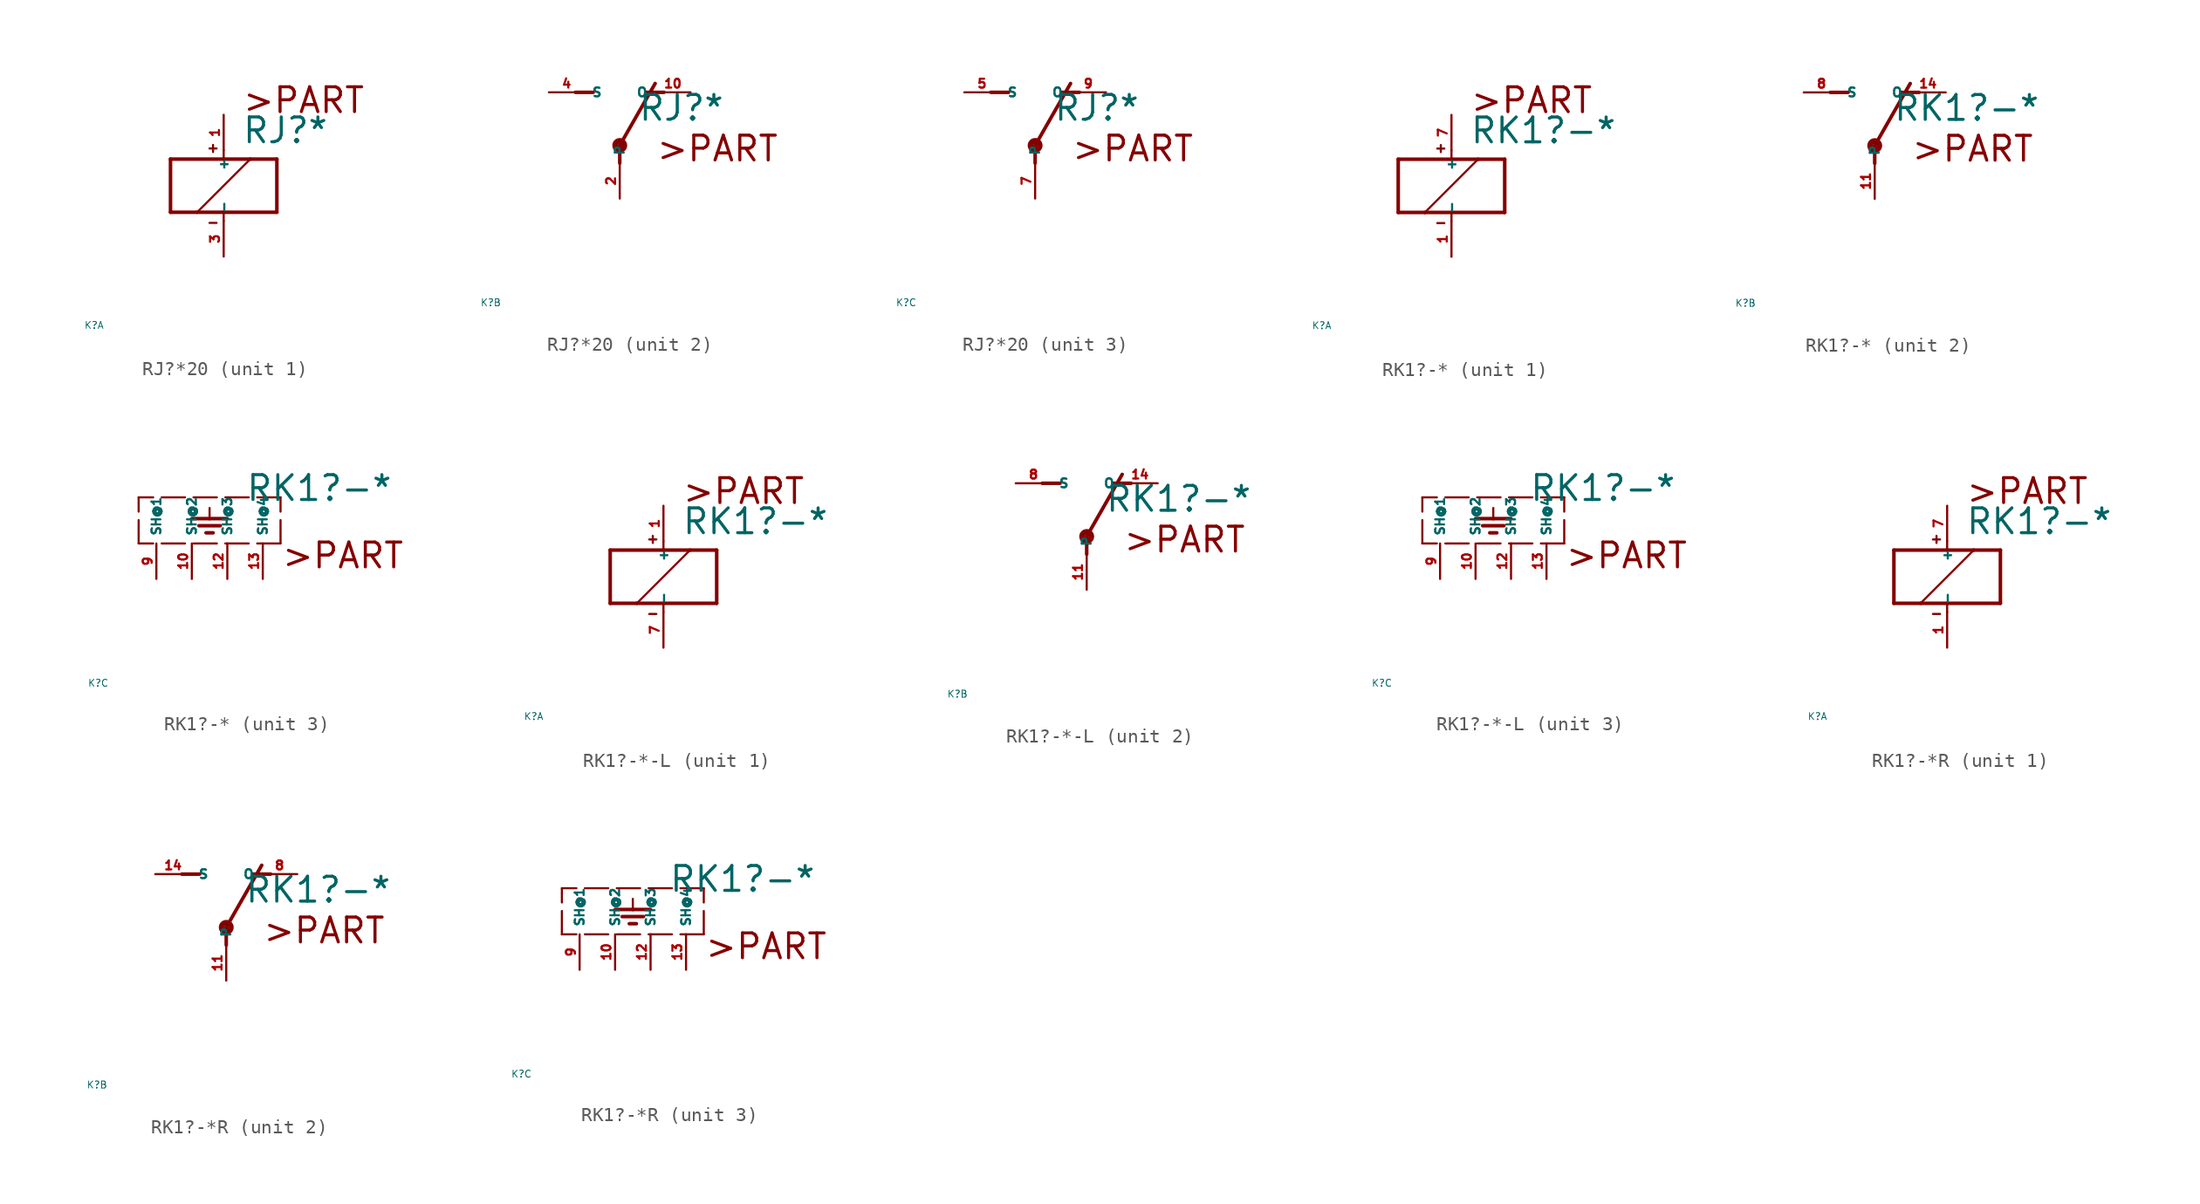
<source format=kicad_sym>
(kicad_symbol_lib
  (version 20220914)
  (generator Eagle2Kicad)
  (symbol "RJ?*20"
    (property "Reference" "K"
      (at -10 -10 0)
      (effects (font (size 0.5 0.5) (thickness 0.06)) (justify left)))
    (property "Value" "RJ?*"
      (at 1.27 2.921 0)
      (effects (font (size 1.778 1.778) (thickness 0.22)) (justify left bottom)))
    (symbol "RJ?*20_1_0"
      (polyline (pts (xy -3.81 -1.905) (xy -1.905 -1.905)) (stroke (width 0.254) (type default)) (fill (type none)))
      (polyline (pts (xy 3.81 -1.905) (xy 3.81 1.905)) (stroke (width 0.254) (type default)) (fill (type none)))
      (polyline (pts (xy 3.81 1.905) (xy 1.905 1.905)) (stroke (width 0.254) (type default)) (fill (type none)))
      (polyline (pts (xy -3.81 1.905) (xy -3.81 -1.905)) (stroke (width 0.254) (type default)) (fill (type none)))
      (polyline (pts (xy 0 -2.54) (xy 0 -1.905)) (stroke (width 0.152) (type default)) (fill (type none)))
      (polyline (pts (xy 0 -1.905) (xy 3.81 -1.905)) (stroke (width 0.254) (type default)) (fill (type none)))
      (polyline (pts (xy 0 2.54) (xy 0 1.905)) (stroke (width 0.152) (type default)) (fill (type none)))
      (polyline (pts (xy 0 1.905) (xy -3.81 1.905)) (stroke (width 0.254) (type default)) (fill (type none)))
      (polyline (pts (xy -1.905 -1.905) (xy 1.905 1.905)) (stroke (width 0.152) (type default)) (fill (type none)))
      (polyline (pts (xy -1.905 -1.905) (xy 0 -1.905)) (stroke (width 0.254) (type default)) (fill (type none)))
      (polyline (pts (xy 1.905 1.905) (xy 0 1.905)) (stroke (width 0.254) (type default)) (fill (type none)))
      (polyline (pts (xy -1.016 2.667) (xy -0.508 2.667)) (stroke (width 0.152) (type default)) (fill (type none)))
      (polyline (pts (xy -0.762 2.921) (xy -0.762 2.413)) (stroke (width 0.152) (type default)) (fill (type none)))
      (polyline (pts (xy -1.016 -2.667) (xy -0.508 -2.667)) (stroke (width 0.152) (type default)) (fill (type none)))
      (text ">PART" (at 1.27 5.08 0) (effects (font (size 1.778 1.778) (thickness 0.22)) (justify left bottom)))
      (pin passive line (at 0 -5.08 90) (length 2.54) (name "-" (effects (font (size 0.635 0.635) (thickness 0.08)) (justify left bottom))) (number "3" (effects (font (size 0.635 0.635) (thickness 0.08)) (justify left bottom))))
      (pin passive line (at 0 5.08 270) (length 2.54) (name "+" (effects (font (size 0.635 0.635) (thickness 0.08)) (justify left bottom))) (number "1" (effects (font (size 0.635 0.635) (thickness 0.08)) (justify left bottom)))))
    (symbol "RJ?*20_2_0"
      (polyline (pts (xy 3.175 5.08) (xy 1.905 5.08)) (stroke (width 0.254) (type default)) (fill (type none)))
      (polyline (pts (xy -3.175 5.08) (xy -1.905 5.08)) (stroke (width 0.254) (type default)) (fill (type none)))
      (polyline (pts (xy 0 1.27) (xy 2.54 5.715)) (stroke (width 0.254) (type default)) (fill (type none)))
      (polyline (pts (xy 0 1.27) (xy 0 0)) (stroke (width 0.254) (type default)) (fill (type none)))
      (text ">PART" (at 2.54 0 0) (effects (font (size 1.778 1.778) (thickness 0.22)) (justify left bottom)))
      (circle (center 0 1.27) (radius 0.127) (stroke (width 0.406) (type default)) (fill (type none)))
      (pin passive line (at 5.08 5.08 180) (length 2.54) (name "O" (effects (font (size 0.635 0.635) (thickness 0.08)) (justify left bottom))) (number "10" (effects (font (size 0.635 0.635) (thickness 0.08)) (justify left bottom))))
      (pin passive line (at -5.08 5.08 0) (length 2.54) (name "S" (effects (font (size 0.635 0.635) (thickness 0.08)) (justify left bottom))) (number "4" (effects (font (size 0.635 0.635) (thickness 0.08)) (justify left bottom))))
      (pin passive line (at 0 -2.54 90) (length 2.54) (name "P" (effects (font (size 0.635 0.635) (thickness 0.08)) (justify left bottom))) (number "2" (effects (font (size 0.635 0.635) (thickness 0.08)) (justify left bottom)))))
    (symbol "RJ?*20_3_0"
      (polyline (pts (xy 3.175 5.08) (xy 1.905 5.08)) (stroke (width 0.254) (type default)) (fill (type none)))
      (polyline (pts (xy -3.175 5.08) (xy -1.905 5.08)) (stroke (width 0.254) (type default)) (fill (type none)))
      (polyline (pts (xy 0 1.27) (xy 2.54 5.715)) (stroke (width 0.254) (type default)) (fill (type none)))
      (polyline (pts (xy 0 1.27) (xy 0 0)) (stroke (width 0.254) (type default)) (fill (type none)))
      (text ">PART" (at 2.54 0 0) (effects (font (size 1.778 1.778) (thickness 0.22)) (justify left bottom)))
      (circle (center 0 1.27) (radius 0.127) (stroke (width 0.406) (type default)) (fill (type none)))
      (pin passive line (at 5.08 5.08 180) (length 2.54) (name "O" (effects (font (size 0.635 0.635) (thickness 0.08)) (justify left bottom))) (number "9" (effects (font (size 0.635 0.635) (thickness 0.08)) (justify left bottom))))
      (pin passive line (at -5.08 5.08 0) (length 2.54) (name "S" (effects (font (size 0.635 0.635) (thickness 0.08)) (justify left bottom))) (number "5" (effects (font (size 0.635 0.635) (thickness 0.08)) (justify left bottom))))
      (pin passive line (at 0 -2.54 90) (length 2.54) (name "P" (effects (font (size 0.635 0.635) (thickness 0.08)) (justify left bottom))) (number "7" (effects (font (size 0.635 0.635) (thickness 0.08)) (justify left bottom))))))
  (symbol "RK1?-*"
    (property "Reference" "K"
      (at -10 -10 0)
      (effects (font (size 0.5 0.5) (thickness 0.06)) (justify left)))
    (property "Value" "RK1?-*"
      (at 1.27 2.921 0)
      (effects (font (size 1.778 1.778) (thickness 0.22)) (justify left bottom)))
    (symbol "RK1?-*_1_0"
      (polyline (pts (xy -3.81 -1.905) (xy -1.905 -1.905)) (stroke (width 0.254) (type default)) (fill (type none)))
      (polyline (pts (xy 3.81 -1.905) (xy 3.81 1.905)) (stroke (width 0.254) (type default)) (fill (type none)))
      (polyline (pts (xy 3.81 1.905) (xy 1.905 1.905)) (stroke (width 0.254) (type default)) (fill (type none)))
      (polyline (pts (xy -3.81 1.905) (xy -3.81 -1.905)) (stroke (width 0.254) (type default)) (fill (type none)))
      (polyline (pts (xy 0 -2.54) (xy 0 -1.905)) (stroke (width 0.152) (type default)) (fill (type none)))
      (polyline (pts (xy 0 -1.905) (xy 3.81 -1.905)) (stroke (width 0.254) (type default)) (fill (type none)))
      (polyline (pts (xy 0 2.54) (xy 0 1.905)) (stroke (width 0.152) (type default)) (fill (type none)))
      (polyline (pts (xy 0 1.905) (xy -3.81 1.905)) (stroke (width 0.254) (type default)) (fill (type none)))
      (polyline (pts (xy -1.905 -1.905) (xy 1.905 1.905)) (stroke (width 0.152) (type default)) (fill (type none)))
      (polyline (pts (xy -1.905 -1.905) (xy 0 -1.905)) (stroke (width 0.254) (type default)) (fill (type none)))
      (polyline (pts (xy 1.905 1.905) (xy 0 1.905)) (stroke (width 0.254) (type default)) (fill (type none)))
      (polyline (pts (xy -1.016 2.667) (xy -0.508 2.667)) (stroke (width 0.152) (type default)) (fill (type none)))
      (polyline (pts (xy -0.762 2.921) (xy -0.762 2.413)) (stroke (width 0.152) (type default)) (fill (type none)))
      (polyline (pts (xy -1.016 -2.667) (xy -0.508 -2.667)) (stroke (width 0.152) (type default)) (fill (type none)))
      (text ">PART" (at 1.27 5.08 0) (effects (font (size 1.778 1.778) (thickness 0.22)) (justify left bottom)))
      (pin passive line (at 0 -5.08 90) (length 2.54) (name "-" (effects (font (size 0.635 0.635) (thickness 0.08)) (justify left bottom))) (number "1" (effects (font (size 0.635 0.635) (thickness 0.08)) (justify left bottom))))
      (pin passive line (at 0 5.08 270) (length 2.54) (name "+" (effects (font (size 0.635 0.635) (thickness 0.08)) (justify left bottom))) (number "7" (effects (font (size 0.635 0.635) (thickness 0.08)) (justify left bottom)))))
    (symbol "RK1?-*_2_0"
      (polyline (pts (xy 3.175 5.08) (xy 1.905 5.08)) (stroke (width 0.254) (type default)) (fill (type none)))
      (polyline (pts (xy -3.175 5.08) (xy -1.905 5.08)) (stroke (width 0.254) (type default)) (fill (type none)))
      (polyline (pts (xy 0 1.27) (xy 2.54 5.715)) (stroke (width 0.254) (type default)) (fill (type none)))
      (polyline (pts (xy 0 1.27) (xy 0 0)) (stroke (width 0.254) (type default)) (fill (type none)))
      (text ">PART" (at 2.54 0 0) (effects (font (size 1.778 1.778) (thickness 0.22)) (justify left bottom)))
      (circle (center 0 1.27) (radius 0.127) (stroke (width 0.406) (type default)) (fill (type none)))
      (pin passive line (at 5.08 5.08 180) (length 2.54) (name "O" (effects (font (size 0.635 0.635) (thickness 0.08)) (justify left bottom))) (number "14" (effects (font (size 0.635 0.635) (thickness 0.08)) (justify left bottom))))
      (pin passive line (at -5.08 5.08 0) (length 2.54) (name "S" (effects (font (size 0.635 0.635) (thickness 0.08)) (justify left bottom))) (number "8" (effects (font (size 0.635 0.635) (thickness 0.08)) (justify left bottom))))
      (pin passive line (at 0 -2.54 90) (length 2.54) (name "P" (effects (font (size 0.635 0.635) (thickness 0.08)) (justify left bottom))) (number "11" (effects (font (size 0.635 0.635) (thickness 0.08)) (justify left bottom)))))
    (symbol "RK1?-*_3_0"
      (polyline (pts (xy 3.81 0) (xy -6.35 0)) (stroke (width 0.152) (type dash)) (fill (type none)))
      (polyline (pts (xy -1.27 2.54) (xy -1.27 1.778)) (stroke (width 0.152) (type default)) (fill (type none)))
      (polyline (pts (xy -2.54 1.778) (xy -1.27 1.778)) (stroke (width 0.254) (type default)) (fill (type none)))
      (polyline (pts (xy -1.27 1.778) (xy 0 1.778)) (stroke (width 0.254) (type default)) (fill (type none)))
      (polyline (pts (xy -2.032 1.27) (xy -0.508 1.27)) (stroke (width 0.254) (type default)) (fill (type none)))
      (polyline (pts (xy -1.524 0.762) (xy -1.016 0.762)) (stroke (width 0.254) (type default)) (fill (type none)))
      (polyline (pts (xy 3.81 0) (xy 3.81 3.302)) (stroke (width 0.152) (type dash)) (fill (type none)))
      (polyline (pts (xy 3.81 3.302) (xy -6.35 3.302)) (stroke (width 0.152) (type dash)) (fill (type none)))
      (polyline (pts (xy -6.35 0) (xy -6.35 3.302)) (stroke (width 0.152) (type dash)) (fill (type none)))
      (text ">PART" (at 3.81 -1.905 0) (effects (font (size 1.778 1.778) (thickness 0.22)) (justify left bottom)))
      (pin passive line (at 0 -2.54 90) (length 2.54) (name "SH@3" (effects (font (size 0.635 0.635) (thickness 0.08)) (justify left bottom))) (number "12" (effects (font (size 0.635 0.635) (thickness 0.08)) (justify left bottom))))
      (pin passive line (at -5.08 -2.54 90) (length 2.54) (name "SH@1" (effects (font (size 0.635 0.635) (thickness 0.08)) (justify left bottom))) (number "9" (effects (font (size 0.635 0.635) (thickness 0.08)) (justify left bottom))))
      (pin passive line (at -2.54 -2.54 90) (length 2.54) (name "SH@2" (effects (font (size 0.635 0.635) (thickness 0.08)) (justify left bottom))) (number "10" (effects (font (size 0.635 0.635) (thickness 0.08)) (justify left bottom))))
      (pin passive line (at 2.54 -2.54 90) (length 2.54) (name "SH@4" (effects (font (size 0.635 0.635) (thickness 0.08)) (justify left bottom))) (number "13" (effects (font (size 0.635 0.635) (thickness 0.08)) (justify left bottom))))))
  (symbol "RK1?-*-L"
    (property "Reference" "K"
      (at -10 -10 0)
      (effects (font (size 0.5 0.5) (thickness 0.06)) (justify left)))
    (property "Value" "RK1?-*"
      (at 1.27 2.921 0)
      (effects (font (size 1.778 1.778) (thickness 0.22)) (justify left bottom)))
    (symbol "RK1?-*-L_1_0"
      (polyline (pts (xy -3.81 -1.905) (xy -1.905 -1.905)) (stroke (width 0.254) (type default)) (fill (type none)))
      (polyline (pts (xy 3.81 -1.905) (xy 3.81 1.905)) (stroke (width 0.254) (type default)) (fill (type none)))
      (polyline (pts (xy 3.81 1.905) (xy 1.905 1.905)) (stroke (width 0.254) (type default)) (fill (type none)))
      (polyline (pts (xy -3.81 1.905) (xy -3.81 -1.905)) (stroke (width 0.254) (type default)) (fill (type none)))
      (polyline (pts (xy 0 -2.54) (xy 0 -1.905)) (stroke (width 0.152) (type default)) (fill (type none)))
      (polyline (pts (xy 0 -1.905) (xy 3.81 -1.905)) (stroke (width 0.254) (type default)) (fill (type none)))
      (polyline (pts (xy 0 2.54) (xy 0 1.905)) (stroke (width 0.152) (type default)) (fill (type none)))
      (polyline (pts (xy 0 1.905) (xy -3.81 1.905)) (stroke (width 0.254) (type default)) (fill (type none)))
      (polyline (pts (xy -1.905 -1.905) (xy 1.905 1.905)) (stroke (width 0.152) (type default)) (fill (type none)))
      (polyline (pts (xy -1.905 -1.905) (xy 0 -1.905)) (stroke (width 0.254) (type default)) (fill (type none)))
      (polyline (pts (xy 1.905 1.905) (xy 0 1.905)) (stroke (width 0.254) (type default)) (fill (type none)))
      (polyline (pts (xy -1.016 2.667) (xy -0.508 2.667)) (stroke (width 0.152) (type default)) (fill (type none)))
      (polyline (pts (xy -0.762 2.921) (xy -0.762 2.413)) (stroke (width 0.152) (type default)) (fill (type none)))
      (polyline (pts (xy -1.016 -2.667) (xy -0.508 -2.667)) (stroke (width 0.152) (type default)) (fill (type none)))
      (text ">PART" (at 1.27 5.08 0) (effects (font (size 1.778 1.778) (thickness 0.22)) (justify left bottom)))
      (pin passive line (at 0 -5.08 90) (length 2.54) (name "-" (effects (font (size 0.635 0.635) (thickness 0.08)) (justify left bottom))) (number "7" (effects (font (size 0.635 0.635) (thickness 0.08)) (justify left bottom))))
      (pin passive line (at 0 5.08 270) (length 2.54) (name "+" (effects (font (size 0.635 0.635) (thickness 0.08)) (justify left bottom))) (number "1" (effects (font (size 0.635 0.635) (thickness 0.08)) (justify left bottom)))))
    (symbol "RK1?-*-L_2_0"
      (polyline (pts (xy 3.175 5.08) (xy 1.905 5.08)) (stroke (width 0.254) (type default)) (fill (type none)))
      (polyline (pts (xy -3.175 5.08) (xy -1.905 5.08)) (stroke (width 0.254) (type default)) (fill (type none)))
      (polyline (pts (xy 0 1.27) (xy 2.54 5.715)) (stroke (width 0.254) (type default)) (fill (type none)))
      (polyline (pts (xy 0 1.27) (xy 0 0)) (stroke (width 0.254) (type default)) (fill (type none)))
      (text ">PART" (at 2.54 0 0) (effects (font (size 1.778 1.778) (thickness 0.22)) (justify left bottom)))
      (circle (center 0 1.27) (radius 0.127) (stroke (width 0.406) (type default)) (fill (type none)))
      (pin passive line (at 5.08 5.08 180) (length 2.54) (name "O" (effects (font (size 0.635 0.635) (thickness 0.08)) (justify left bottom))) (number "14" (effects (font (size 0.635 0.635) (thickness 0.08)) (justify left bottom))))
      (pin passive line (at -5.08 5.08 0) (length 2.54) (name "S" (effects (font (size 0.635 0.635) (thickness 0.08)) (justify left bottom))) (number "8" (effects (font (size 0.635 0.635) (thickness 0.08)) (justify left bottom))))
      (pin passive line (at 0 -2.54 90) (length 2.54) (name "P" (effects (font (size 0.635 0.635) (thickness 0.08)) (justify left bottom))) (number "11" (effects (font (size 0.635 0.635) (thickness 0.08)) (justify left bottom)))))
    (symbol "RK1?-*-L_3_0"
      (polyline (pts (xy 3.81 0) (xy -6.35 0)) (stroke (width 0.152) (type dash)) (fill (type none)))
      (polyline (pts (xy -1.27 2.54) (xy -1.27 1.778)) (stroke (width 0.152) (type default)) (fill (type none)))
      (polyline (pts (xy -2.54 1.778) (xy -1.27 1.778)) (stroke (width 0.254) (type default)) (fill (type none)))
      (polyline (pts (xy -1.27 1.778) (xy 0 1.778)) (stroke (width 0.254) (type default)) (fill (type none)))
      (polyline (pts (xy -2.032 1.27) (xy -0.508 1.27)) (stroke (width 0.254) (type default)) (fill (type none)))
      (polyline (pts (xy -1.524 0.762) (xy -1.016 0.762)) (stroke (width 0.254) (type default)) (fill (type none)))
      (polyline (pts (xy 3.81 0) (xy 3.81 3.302)) (stroke (width 0.152) (type dash)) (fill (type none)))
      (polyline (pts (xy 3.81 3.302) (xy -6.35 3.302)) (stroke (width 0.152) (type dash)) (fill (type none)))
      (polyline (pts (xy -6.35 0) (xy -6.35 3.302)) (stroke (width 0.152) (type dash)) (fill (type none)))
      (text ">PART" (at 3.81 -1.905 0) (effects (font (size 1.778 1.778) (thickness 0.22)) (justify left bottom)))
      (pin passive line (at 0 -2.54 90) (length 2.54) (name "SH@3" (effects (font (size 0.635 0.635) (thickness 0.08)) (justify left bottom))) (number "12" (effects (font (size 0.635 0.635) (thickness 0.08)) (justify left bottom))))
      (pin passive line (at -5.08 -2.54 90) (length 2.54) (name "SH@1" (effects (font (size 0.635 0.635) (thickness 0.08)) (justify left bottom))) (number "9" (effects (font (size 0.635 0.635) (thickness 0.08)) (justify left bottom))))
      (pin passive line (at -2.54 -2.54 90) (length 2.54) (name "SH@2" (effects (font (size 0.635 0.635) (thickness 0.08)) (justify left bottom))) (number "10" (effects (font (size 0.635 0.635) (thickness 0.08)) (justify left bottom))))
      (pin passive line (at 2.54 -2.54 90) (length 2.54) (name "SH@4" (effects (font (size 0.635 0.635) (thickness 0.08)) (justify left bottom))) (number "13" (effects (font (size 0.635 0.635) (thickness 0.08)) (justify left bottom))))))
  (symbol "RK1?-*R"
    (property "Reference" "K"
      (at -10 -10 0)
      (effects (font (size 0.5 0.5) (thickness 0.06)) (justify left)))
    (property "Value" "RK1?-*"
      (at 1.27 2.921 0)
      (effects (font (size 1.778 1.778) (thickness 0.22)) (justify left bottom)))
    (symbol "RK1?-*R_1_0"
      (polyline (pts (xy -3.81 -1.905) (xy -1.905 -1.905)) (stroke (width 0.254) (type default)) (fill (type none)))
      (polyline (pts (xy 3.81 -1.905) (xy 3.81 1.905)) (stroke (width 0.254) (type default)) (fill (type none)))
      (polyline (pts (xy 3.81 1.905) (xy 1.905 1.905)) (stroke (width 0.254) (type default)) (fill (type none)))
      (polyline (pts (xy -3.81 1.905) (xy -3.81 -1.905)) (stroke (width 0.254) (type default)) (fill (type none)))
      (polyline (pts (xy 0 -2.54) (xy 0 -1.905)) (stroke (width 0.152) (type default)) (fill (type none)))
      (polyline (pts (xy 0 -1.905) (xy 3.81 -1.905)) (stroke (width 0.254) (type default)) (fill (type none)))
      (polyline (pts (xy 0 2.54) (xy 0 1.905)) (stroke (width 0.152) (type default)) (fill (type none)))
      (polyline (pts (xy 0 1.905) (xy -3.81 1.905)) (stroke (width 0.254) (type default)) (fill (type none)))
      (polyline (pts (xy -1.905 -1.905) (xy 1.905 1.905)) (stroke (width 0.152) (type default)) (fill (type none)))
      (polyline (pts (xy -1.905 -1.905) (xy 0 -1.905)) (stroke (width 0.254) (type default)) (fill (type none)))
      (polyline (pts (xy 1.905 1.905) (xy 0 1.905)) (stroke (width 0.254) (type default)) (fill (type none)))
      (polyline (pts (xy -1.016 2.667) (xy -0.508 2.667)) (stroke (width 0.152) (type default)) (fill (type none)))
      (polyline (pts (xy -0.762 2.921) (xy -0.762 2.413)) (stroke (width 0.152) (type default)) (fill (type none)))
      (polyline (pts (xy -1.016 -2.667) (xy -0.508 -2.667)) (stroke (width 0.152) (type default)) (fill (type none)))
      (text ">PART" (at 1.27 5.08 0) (effects (font (size 1.778 1.778) (thickness 0.22)) (justify left bottom)))
      (pin passive line (at 0 -5.08 90) (length 2.54) (name "-" (effects (font (size 0.635 0.635) (thickness 0.08)) (justify left bottom))) (number "1" (effects (font (size 0.635 0.635) (thickness 0.08)) (justify left bottom))))
      (pin passive line (at 0 5.08 270) (length 2.54) (name "+" (effects (font (size 0.635 0.635) (thickness 0.08)) (justify left bottom))) (number "7" (effects (font (size 0.635 0.635) (thickness 0.08)) (justify left bottom)))))
    (symbol "RK1?-*R_2_0"
      (polyline (pts (xy 3.175 5.08) (xy 1.905 5.08)) (stroke (width 0.254) (type default)) (fill (type none)))
      (polyline (pts (xy -3.175 5.08) (xy -1.905 5.08)) (stroke (width 0.254) (type default)) (fill (type none)))
      (polyline (pts (xy 0 1.27) (xy 2.54 5.715)) (stroke (width 0.254) (type default)) (fill (type none)))
      (polyline (pts (xy 0 1.27) (xy 0 0)) (stroke (width 0.254) (type default)) (fill (type none)))
      (text ">PART" (at 2.54 0 0) (effects (font (size 1.778 1.778) (thickness 0.22)) (justify left bottom)))
      (circle (center 0 1.27) (radius 0.127) (stroke (width 0.406) (type default)) (fill (type none)))
      (pin passive line (at 5.08 5.08 180) (length 2.54) (name "O" (effects (font (size 0.635 0.635) (thickness 0.08)) (justify left bottom))) (number "8" (effects (font (size 0.635 0.635) (thickness 0.08)) (justify left bottom))))
      (pin passive line (at -5.08 5.08 0) (length 2.54) (name "S" (effects (font (size 0.635 0.635) (thickness 0.08)) (justify left bottom))) (number "14" (effects (font (size 0.635 0.635) (thickness 0.08)) (justify left bottom))))
      (pin passive line (at 0 -2.54 90) (length 2.54) (name "P" (effects (font (size 0.635 0.635) (thickness 0.08)) (justify left bottom))) (number "11" (effects (font (size 0.635 0.635) (thickness 0.08)) (justify left bottom)))))
    (symbol "RK1?-*R_3_0"
      (polyline (pts (xy 3.81 0) (xy -6.35 0)) (stroke (width 0.152) (type dash)) (fill (type none)))
      (polyline (pts (xy -1.27 2.54) (xy -1.27 1.778)) (stroke (width 0.152) (type default)) (fill (type none)))
      (polyline (pts (xy -2.54 1.778) (xy -1.27 1.778)) (stroke (width 0.254) (type default)) (fill (type none)))
      (polyline (pts (xy -1.27 1.778) (xy 0 1.778)) (stroke (width 0.254) (type default)) (fill (type none)))
      (polyline (pts (xy -2.032 1.27) (xy -0.508 1.27)) (stroke (width 0.254) (type default)) (fill (type none)))
      (polyline (pts (xy -1.524 0.762) (xy -1.016 0.762)) (stroke (width 0.254) (type default)) (fill (type none)))
      (polyline (pts (xy 3.81 0) (xy 3.81 3.302)) (stroke (width 0.152) (type dash)) (fill (type none)))
      (polyline (pts (xy 3.81 3.302) (xy -6.35 3.302)) (stroke (width 0.152) (type dash)) (fill (type none)))
      (polyline (pts (xy -6.35 0) (xy -6.35 3.302)) (stroke (width 0.152) (type dash)) (fill (type none)))
      (text ">PART" (at 3.81 -1.905 0) (effects (font (size 1.778 1.778) (thickness 0.22)) (justify left bottom)))
      (pin passive line (at 0 -2.54 90) (length 2.54) (name "SH@3" (effects (font (size 0.635 0.635) (thickness 0.08)) (justify left bottom))) (number "12" (effects (font (size 0.635 0.635) (thickness 0.08)) (justify left bottom))))
      (pin passive line (at -5.08 -2.54 90) (length 2.54) (name "SH@1" (effects (font (size 0.635 0.635) (thickness 0.08)) (justify left bottom))) (number "9" (effects (font (size 0.635 0.635) (thickness 0.08)) (justify left bottom))))
      (pin passive line (at -2.54 -2.54 90) (length 2.54) (name "SH@2" (effects (font (size 0.635 0.635) (thickness 0.08)) (justify left bottom))) (number "10" (effects (font (size 0.635 0.635) (thickness 0.08)) (justify left bottom))))
      (pin passive line (at 2.54 -2.54 90) (length 2.54) (name "SH@4" (effects (font (size 0.635 0.635) (thickness 0.08)) (justify left bottom))) (number "13" (effects (font (size 0.635 0.635) (thickness 0.08)) (justify left bottom)))))))
</source>
